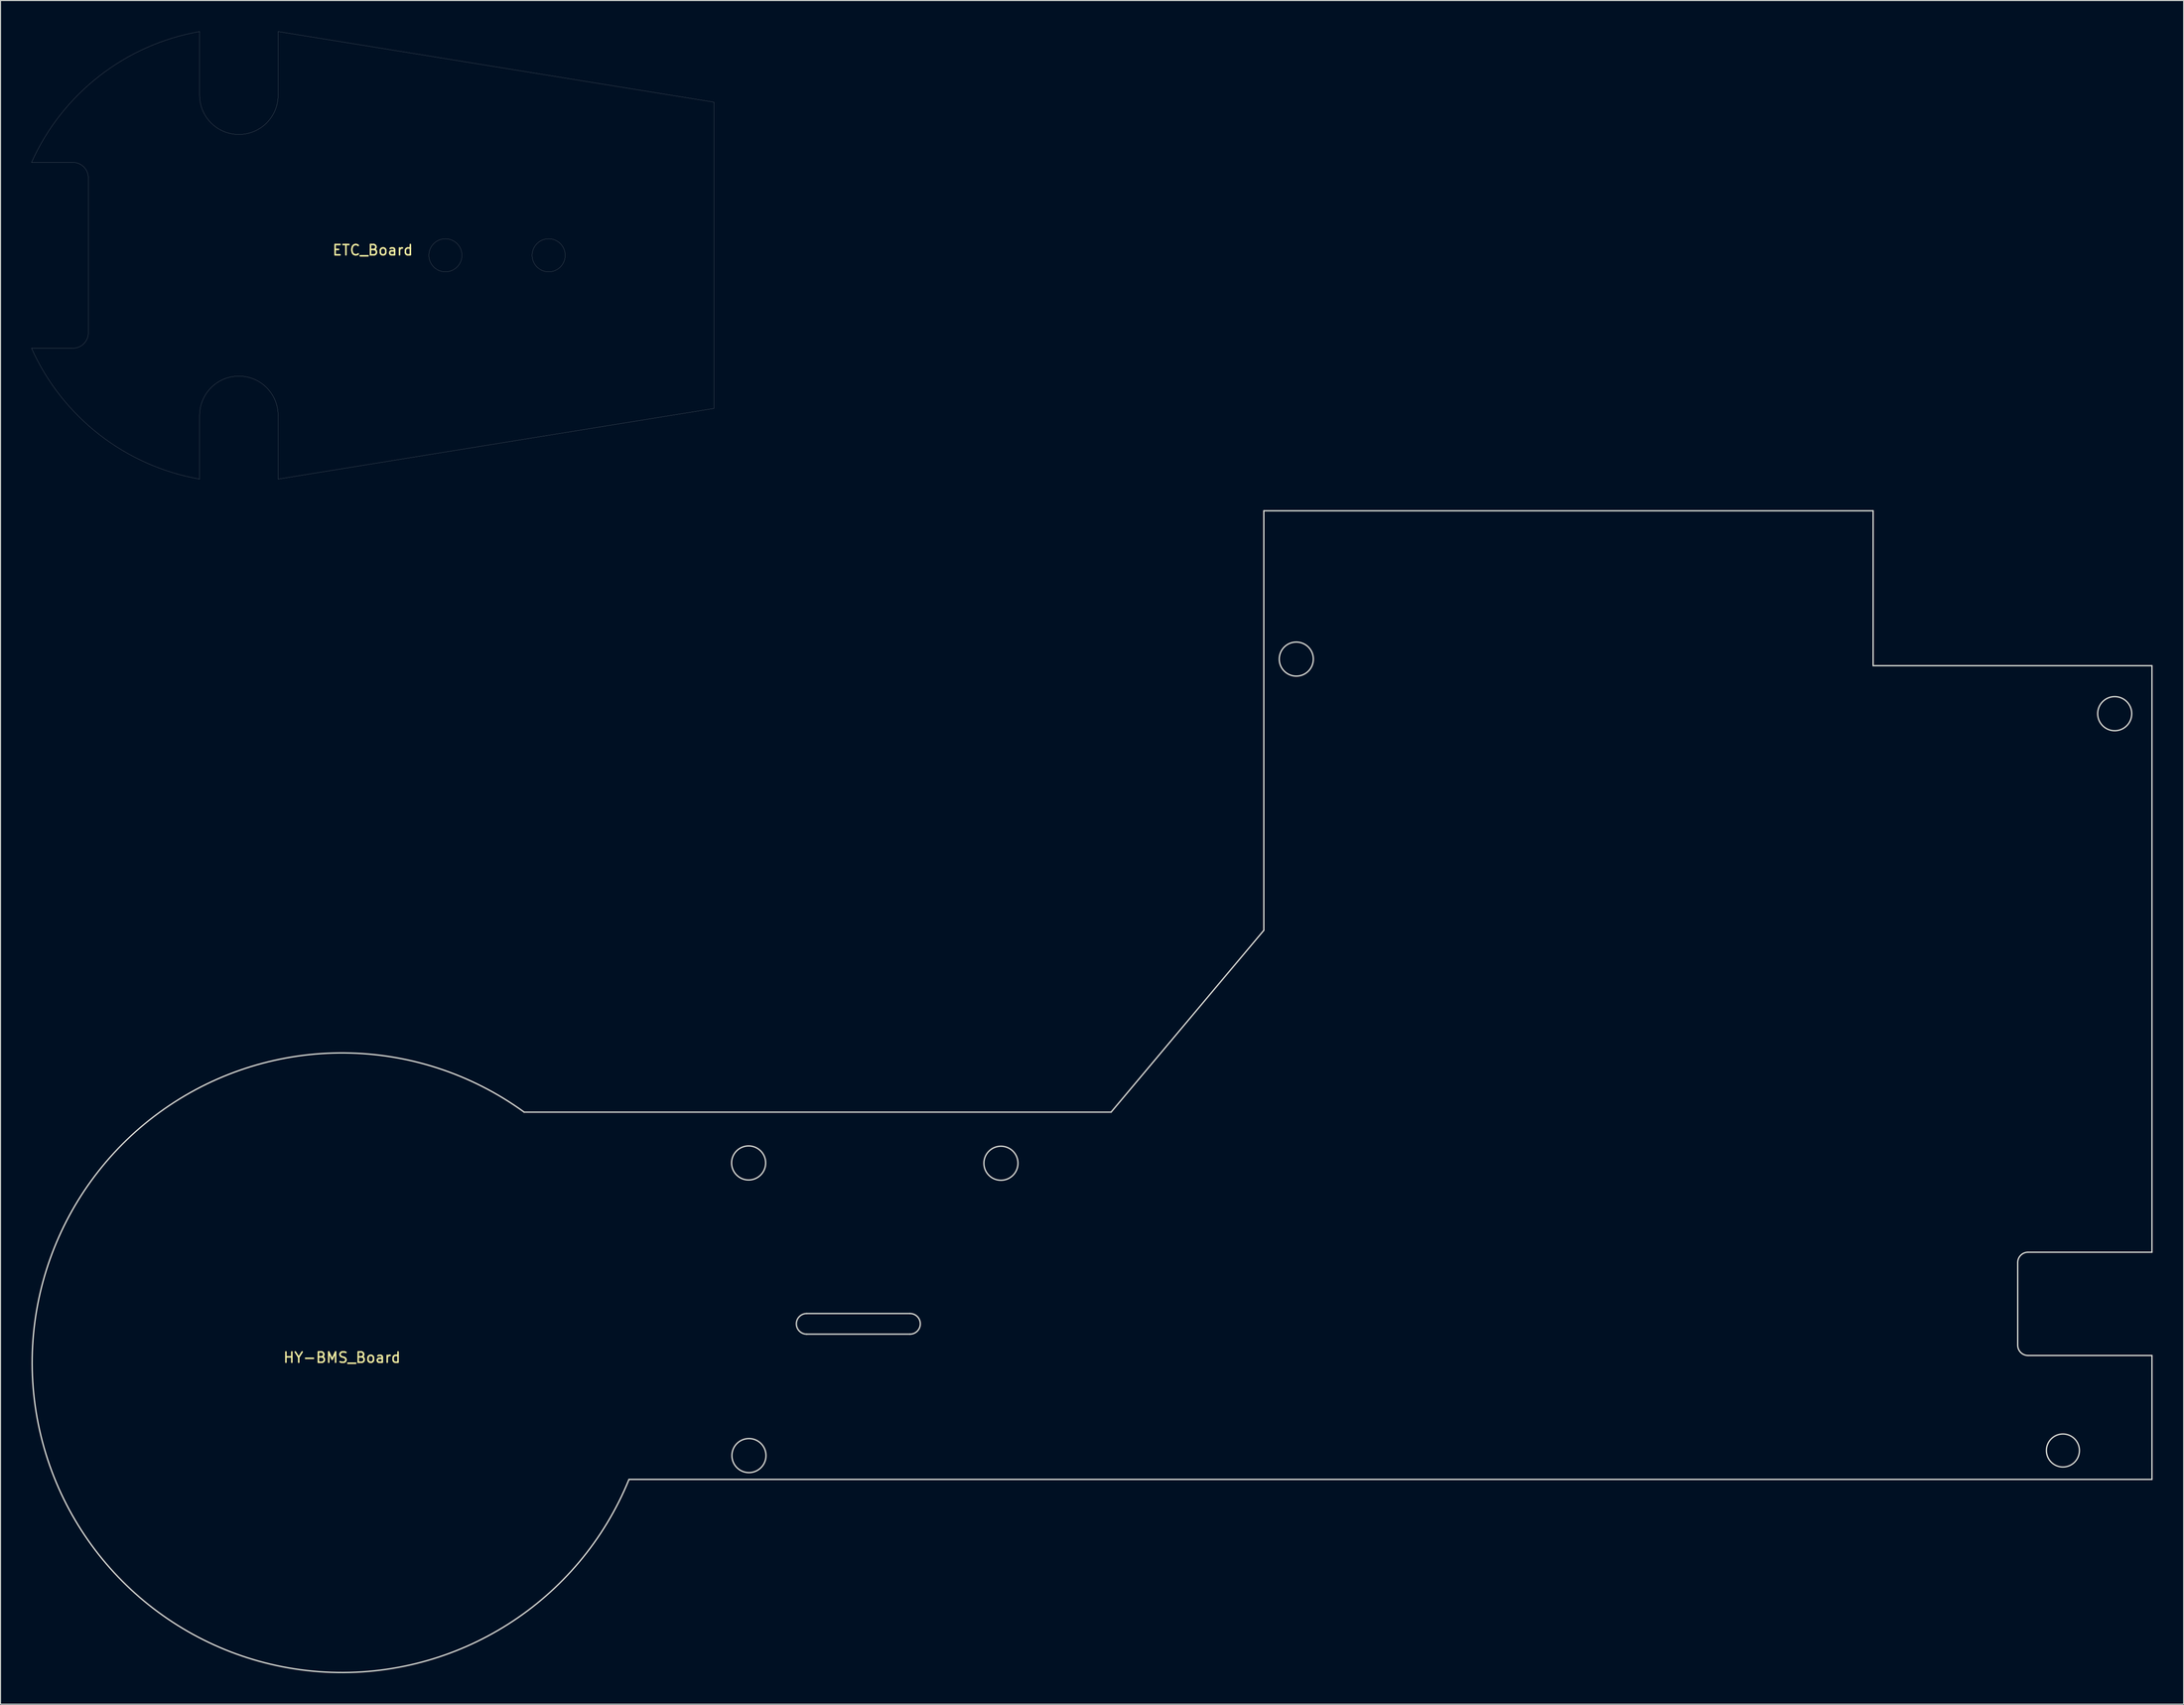
<source format=kicad_pcb>
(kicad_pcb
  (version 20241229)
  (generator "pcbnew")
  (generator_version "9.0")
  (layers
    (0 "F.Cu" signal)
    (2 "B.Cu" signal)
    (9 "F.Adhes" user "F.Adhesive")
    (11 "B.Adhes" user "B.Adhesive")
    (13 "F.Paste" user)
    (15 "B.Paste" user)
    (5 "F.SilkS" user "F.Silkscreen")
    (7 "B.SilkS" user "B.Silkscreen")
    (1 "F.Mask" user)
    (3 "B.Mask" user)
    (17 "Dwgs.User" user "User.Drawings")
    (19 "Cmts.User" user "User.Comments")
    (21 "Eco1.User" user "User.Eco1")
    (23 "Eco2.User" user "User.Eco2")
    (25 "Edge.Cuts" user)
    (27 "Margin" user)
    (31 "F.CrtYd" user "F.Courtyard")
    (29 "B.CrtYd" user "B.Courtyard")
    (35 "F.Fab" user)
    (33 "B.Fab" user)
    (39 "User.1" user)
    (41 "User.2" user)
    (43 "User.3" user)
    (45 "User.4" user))
  (footprint "ETC_Board"
    (layer "F.Cu")
    (at 33.042 21.674)
    (property "Reference" "ETC_Board" (at 0 -0.5 0) (unlocked yes) (layer "F.SilkS") (effects (font (size 1 1) (thickness 0.15))))
    (attr smd)
    (fp_line (start -8.46 -20) (end -17.637 -20) (stroke (width 0.01) (type solid)) (layer "Eco1.User"))
    (fp_line (start -8.46 20) (end -17.637 20) (stroke (width 0.01) (type solid)) (layer "Eco1.User"))
    (fp_arc (start -17.636714 20) (mid -26.498357 0) (end -17.636714 -20) (stroke (width 0.01) (type solid)) (layer "Eco1.User"))
    (fp_arc (start -8.46 -20) (mid 0.401643 0) (end -8.46 20) (stroke (width 0.01) (type solid)) (layer "Eco1.User"))
    (fp_circle (center -13.048 -15.5) (end -13.048 -17.65) (stroke (width 0.01) (type solid)) (fill no) (layer "Eco1.User"))
    (fp_circle (center -13.048 0) (end -13.048 -0.01) (stroke (width 0.7) (type solid)) (fill no) (layer "Eco1.User"))
    (fp_circle (center -13.048 15.5) (end -13.048 13.35) (stroke (width 0.01) (type solid)) (fill no) (layer "Eco1.User"))
    (fp_circle (center 7 0) (end 10.5 0) (stroke (width 0.12) (type solid)) (fill no) (layer "Eco1.User"))
    (fp_circle (center 17 0) (end 20.5 0) (stroke (width 0.12) (type solid)) (fill no) (layer "Eco1.User"))
    (fp_line (start -33.037 -9) (end -29.037 -9) (stroke (width 0.01) (type solid)) (layer "Edge.Cuts"))
    (fp_line (start -29.037 9) (end -33.037 9) (stroke (width 0.01) (type solid)) (layer "Edge.Cuts"))
    (fp_line (start -27.537 -7.5) (end -27.537 7.5) (stroke (width 0.01) (type solid)) (layer "Edge.Cuts"))
    (fp_line (start -16.763 -21.669) (end -16.763 -15.5) (stroke (width 0.01) (type solid)) (layer "Edge.Cuts"))
    (fp_line (start -16.763 21.669) (end -16.763 15.5) (stroke (width 0.01) (type solid)) (layer "Edge.Cuts"))
    (fp_line (start -9.163 -15.5) (end -9.163 -21.669) (stroke (width 0.01) (type solid)) (layer "Edge.Cuts"))
    (fp_line (start -9.163 15.5) (end -9.163 21.669) (stroke (width 0.01) (type solid)) (layer "Edge.Cuts"))
    (fp_line (start 33.037 -14.831) (end -9.163 -21.669) (stroke (width 0.01) (type solid)) (layer "Edge.Cuts"))
    (fp_line (start 33.037 -14.831) (end 33.037 14.831) (stroke (width 0.01) (type solid)) (layer "Edge.Cuts"))
    (fp_line (start 33.037 14.831) (end -9.163 21.669) (stroke (width 0.01) (type solid)) (layer "Edge.Cuts"))
    (fp_arc (start -33.03743 -9) (mid -26.476646 -17.360005) (end -16.76257 -21.669333) (stroke (width 0.01) (type solid)) (layer "Edge.Cuts"))
    (fp_arc (start -29.03743 -9) (mid -27.97677 -8.56066) (end -27.53743 -7.5) (stroke (width 0.01) (type solid)) (layer "Edge.Cuts"))
    (fp_arc (start -27.53743 7.5) (mid -27.97677 8.56066) (end -29.03743 9) (stroke (width 0.01) (type solid)) (layer "Edge.Cuts"))
    (fp_arc (start -16.76257 15.5) (mid -12.96257 11.7) (end -9.16257 15.5) (stroke (width 0.01) (type solid)) (layer "Edge.Cuts"))
    (fp_arc (start -16.76257 21.669333) (mid -26.476645 17.360005) (end -33.03743 9) (stroke (width 0.01) (type solid)) (layer "Edge.Cuts"))
    (fp_arc (start -9.16257 -15.5) (mid -12.96257 -11.7) (end -16.76257 -15.5) (stroke (width 0.01) (type solid)) (layer "Edge.Cuts"))
    (fp_circle (center 7.037 0) (end 8.637 0) (stroke (width 0.01) (type solid)) (fill no) (layer "Edge.Cuts"))
    (fp_circle (center 17.037 0) (end 18.637 0) (stroke (width 0.01) (type solid)) (fill no) (layer "Edge.Cuts")))
  (footprint "HY-BMS_Board"
    (layer "F.Cu")
    (at 30.065 128.914)
    (property "Reference" "HY-BMS_Board" (at 0 -0.5 0) (unlocked yes) (layer "F.SilkS") (effects (font (size 1 1) (thickness 0.15))))
    (attr smd)
    (fp_line (start 27.79 11.3) (end 175.263 11.3) (stroke (width 0.13) (type solid)) (layer "Edge.Cuts"))
    (fp_line (start 45 -2.766) (end 55 -2.766) (stroke (width 0.13) (type solid)) (layer "Edge.Cuts"))
    (fp_line (start 55 -4.766) (end 45 -4.766) (stroke (width 0.13) (type solid)) (layer "Edge.Cuts"))
    (fp_line (start 74.474 -24.266) (end 17.64 -24.266) (stroke (width 0.13) (type solid)) (layer "Edge.Cuts"))
    (fp_line (start 74.474 -24.266) (end 89.263 -41.872) (stroke (width 0.13) (type solid)) (layer "Edge.Cuts"))
    (fp_line (start 89.263 -82.5) (end 89.263 -41.872) (stroke (width 0.13) (type solid)) (layer "Edge.Cuts"))
    (fp_line (start 148.263 -82.5) (end 89.263 -82.5) (stroke (width 0.13) (type solid)) (layer "Edge.Cuts"))
    (fp_line (start 148.263 -67.5) (end 148.263 -82.5) (stroke (width 0.13) (type solid)) (layer "Edge.Cuts"))
    (fp_line (start 162.263 -9.7) (end 162.263 -1.7) (stroke (width 0.13) (type solid)) (layer "Edge.Cuts"))
    (fp_line (start 163.263 -0.7) (end 175.263 -0.7) (stroke (width 0.13) (type solid)) (layer "Edge.Cuts"))
    (fp_line (start 175.263 -67.5) (end 148.263 -67.5) (stroke (width 0.13) (type solid)) (layer "Edge.Cuts"))
    (fp_line (start 175.263 -10.7) (end 163.263 -10.7) (stroke (width 0.13) (type solid)) (layer "Edge.Cuts"))
    (fp_line (start 175.263 -10.7) (end 175.263 -67.5) (stroke (width 0.13) (type solid)) (layer "Edge.Cuts"))
    (fp_line (start 175.263 11.3) (end 175.263 -0.7) (stroke (width 0.13) (type solid)) (layer "Edge.Cuts"))
    (fp_arc (start 27.790466 11.3) (mid -28.848069 8.233403) (end 17.639717 -24.266033) (stroke (width 0.13) (type solid)) (layer "Edge.Cuts"))
    (fp_arc (start 45 -2.766033) (mid 44.000003 -3.76603) (end 45 -4.766033) (stroke (width 0.13) (type solid)) (layer "Edge.Cuts"))
    (fp_arc (start 55 -4.766033) (mid 56.000033 -3.766) (end 55 -2.766033) (stroke (width 0.13) (type solid)) (layer "Edge.Cuts"))
    (fp_arc (start 162.26296 -9.7) (mid 162.555851 -10.407121) (end 163.26296 -10.7) (stroke (width 0.13) (type solid)) (layer "Edge.Cuts"))
    (fp_arc (start 163.26296 -0.7) (mid 162.555879 -0.992907) (end 162.26296 -1.7) (stroke (width 0.13) (type solid)) (layer "Edge.Cuts"))
    (fp_circle (center 39.375 -19.346) (end 41.025 -19.346) (stroke (width 0.13) (type solid)) (fill no) (layer "Edge.Cuts"))
    (fp_circle (center 39.407 8.991) (end 41.057 8.991) (stroke (width 0.13) (type solid)) (fill no) (layer "Edge.Cuts"))
    (fp_circle (center 63.807 -19.318) (end 65.457 -19.318) (stroke (width 0.13) (type solid)) (fill no) (layer "Edge.Cuts"))
    (fp_circle (center 92.407 -68.139) (end 94.057 -68.139) (stroke (width 0.13) (type solid)) (fill no) (layer "Edge.Cuts"))
    (fp_circle (center 166.641 8.5) (end 168.24 8.5) (stroke (width 0.13) (type solid)) (fill no) (layer "Edge.Cuts"))
    (fp_circle (center 171.656 -62.853) (end 173.306 -62.853) (stroke (width 0.13) (type solid)) (fill no) (layer "Edge.Cuts")))
  (gr_rect
    (start -3 -3)
    (end 208.393 161.979)
    (stroke (width 0.1) (type default))
    (fill no)
    (layer "Edge.Cuts")))
</source>
